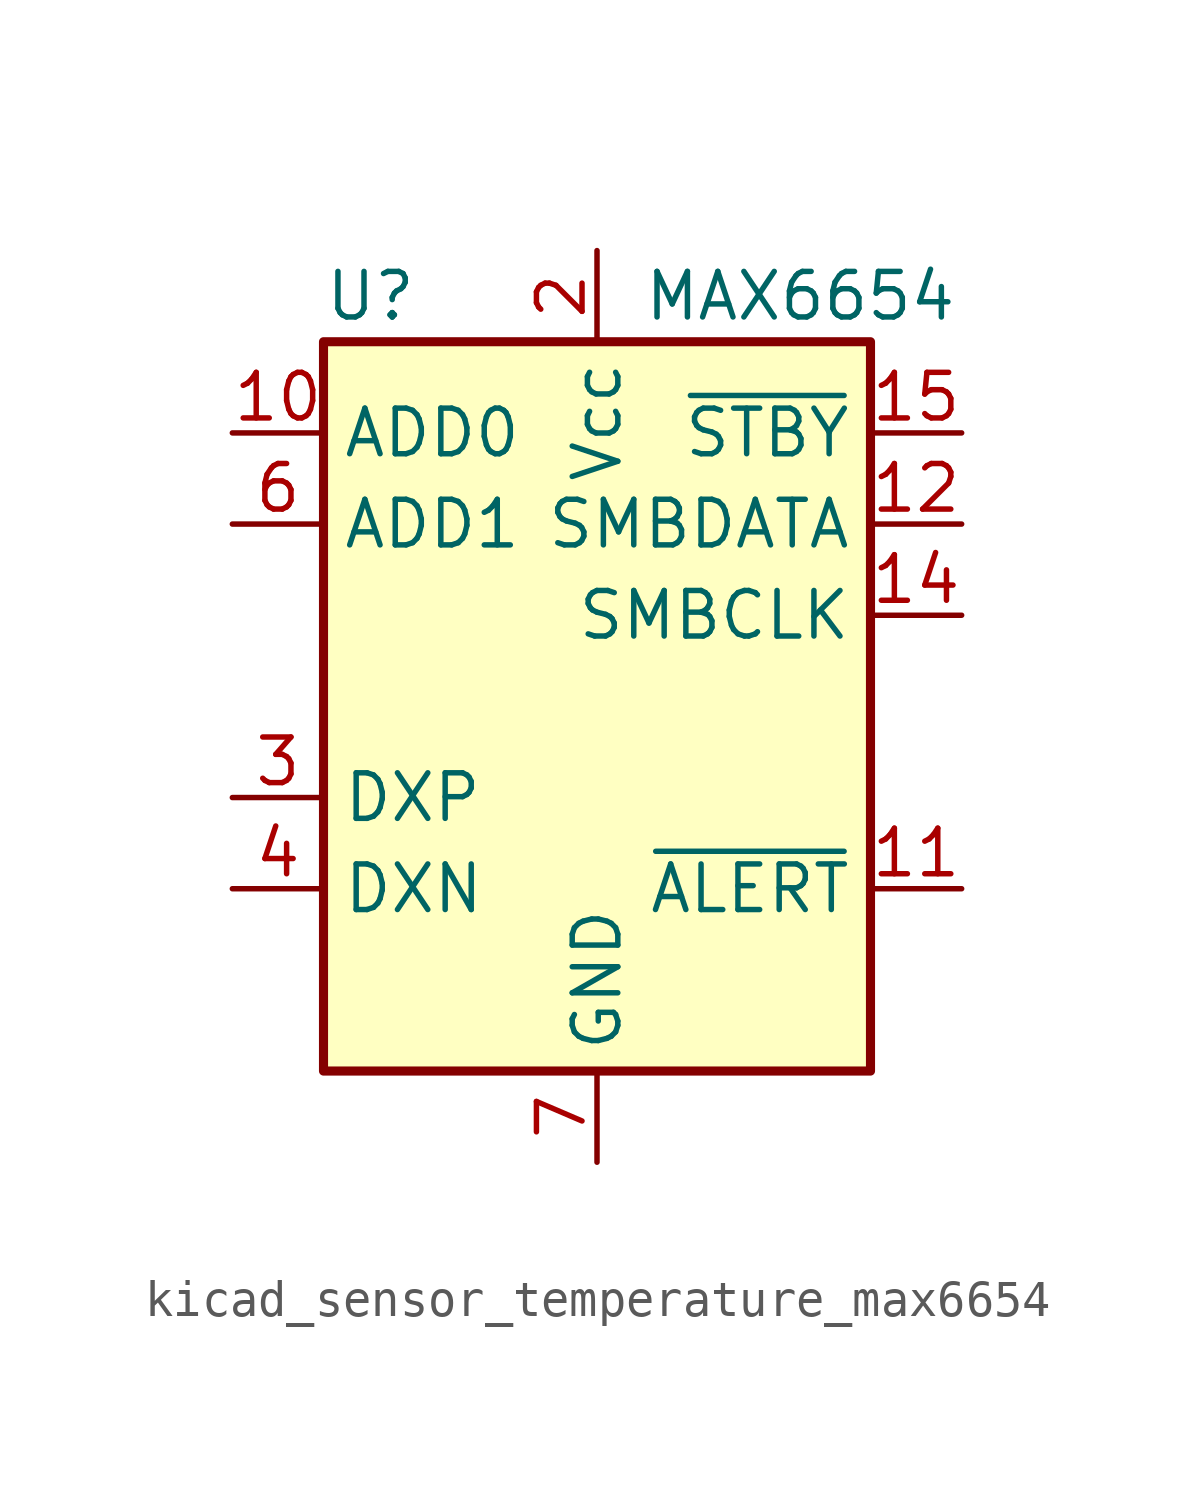
<source format=kicad_sym>
(kicad_symbol_lib
  (version 20220914)
  (generator kicad_symbol_editor)
  (symbol "kicad_sensor_temperature_max6654"
    (property "Reference" "U"
      (at -7.62 11.43 0)
      (effects (font (size 1.27 1.27)) (justify left)))
    (property "Value" "MAX6654"
      (at 1.27 11.43 0)
      (effects (font (size 1.27 1.27)) (justify left)))
    (symbol "kicad_sensor_temperature_max6654_0_1"
      (rectangle (start -7.62 10.16) (end 7.62 -10.16) (stroke (width 0.254) (type default)) (fill (type background))))
    (symbol "kicad_sensor_temperature_max6654_1_1"
      (pin no_connect line (at 7.62 0 180) (length 2.54) hide (name "NC" (effects (font (size 1.27 1.27)))) (number "1" (effects (font (size 1.27 1.27)))))
      (pin input line (at -10.16 7.62 0) (length 2.54) (name "ADD0" (effects (font (size 1.27 1.27)))) (number "10" (effects (font (size 1.27 1.27)))))
      (pin open_collector line (at 10.16 -5.08 180) (length 2.54) (name "~{ALERT}" (effects (font (size 1.27 1.27)))) (number "11" (effects (font (size 1.27 1.27)))))
      (pin bidirectional line (at 10.16 5.08 180) (length 2.54) (name "SMBDATA" (effects (font (size 1.27 1.27)))) (number "12" (effects (font (size 1.27 1.27)))))
      (pin no_connect line (at -7.62 2.54 0) (length 2.54) hide (name "NC" (effects (font (size 1.27 1.27)))) (number "13" (effects (font (size 1.27 1.27)))))
      (pin input line (at 10.16 2.54 180) (length 2.54) (name "SMBCLK" (effects (font (size 1.27 1.27)))) (number "14" (effects (font (size 1.27 1.27)))))
      (pin input line (at 10.16 7.62 180) (length 2.54) (name "~{STBY}" (effects (font (size 1.27 1.27)))) (number "15" (effects (font (size 1.27 1.27)))))
      (pin no_connect line (at -7.62 0 0) (length 2.54) hide (name "NC" (effects (font (size 1.27 1.27)))) (number "16" (effects (font (size 1.27 1.27)))))
      (pin power_in line (at 0 12.7 270) (length 2.54) (name "Vcc" (effects (font (size 1.27 1.27)))) (number "2" (effects (font (size 1.27 1.27)))))
      (pin input line (at -10.16 -2.54 0) (length 2.54) (name "DXP" (effects (font (size 1.27 1.27)))) (number "3" (effects (font (size 1.27 1.27)))))
      (pin input line (at -10.16 -5.08 0) (length 2.54) (name "DXN" (effects (font (size 1.27 1.27)))) (number "4" (effects (font (size 1.27 1.27)))))
      (pin no_connect line (at 7.62 -2.54 180) (length 2.54) hide (name "NC" (effects (font (size 1.27 1.27)))) (number "5" (effects (font (size 1.27 1.27)))))
      (pin input line (at -10.16 5.08 0) (length 2.54) (name "ADD1" (effects (font (size 1.27 1.27)))) (number "6" (effects (font (size 1.27 1.27)))))
      (pin power_in line (at 0 -12.7 90) (length 2.54) (name "GND" (effects (font (size 1.27 1.27)))) (number "7" (effects (font (size 1.27 1.27)))))
      (pin passive line (at 0 -12.7 90) (length 2.54) hide (name "GND" (effects (font (size 1.27 1.27)))) (number "8" (effects (font (size 1.27 1.27)))))
      (pin no_connect line (at 7.62 -7.62 180) (length 2.54) hide (name "NC" (effects (font (size 1.27 1.27)))) (number "9" (effects (font (size 1.27 1.27))))))))
</source>
